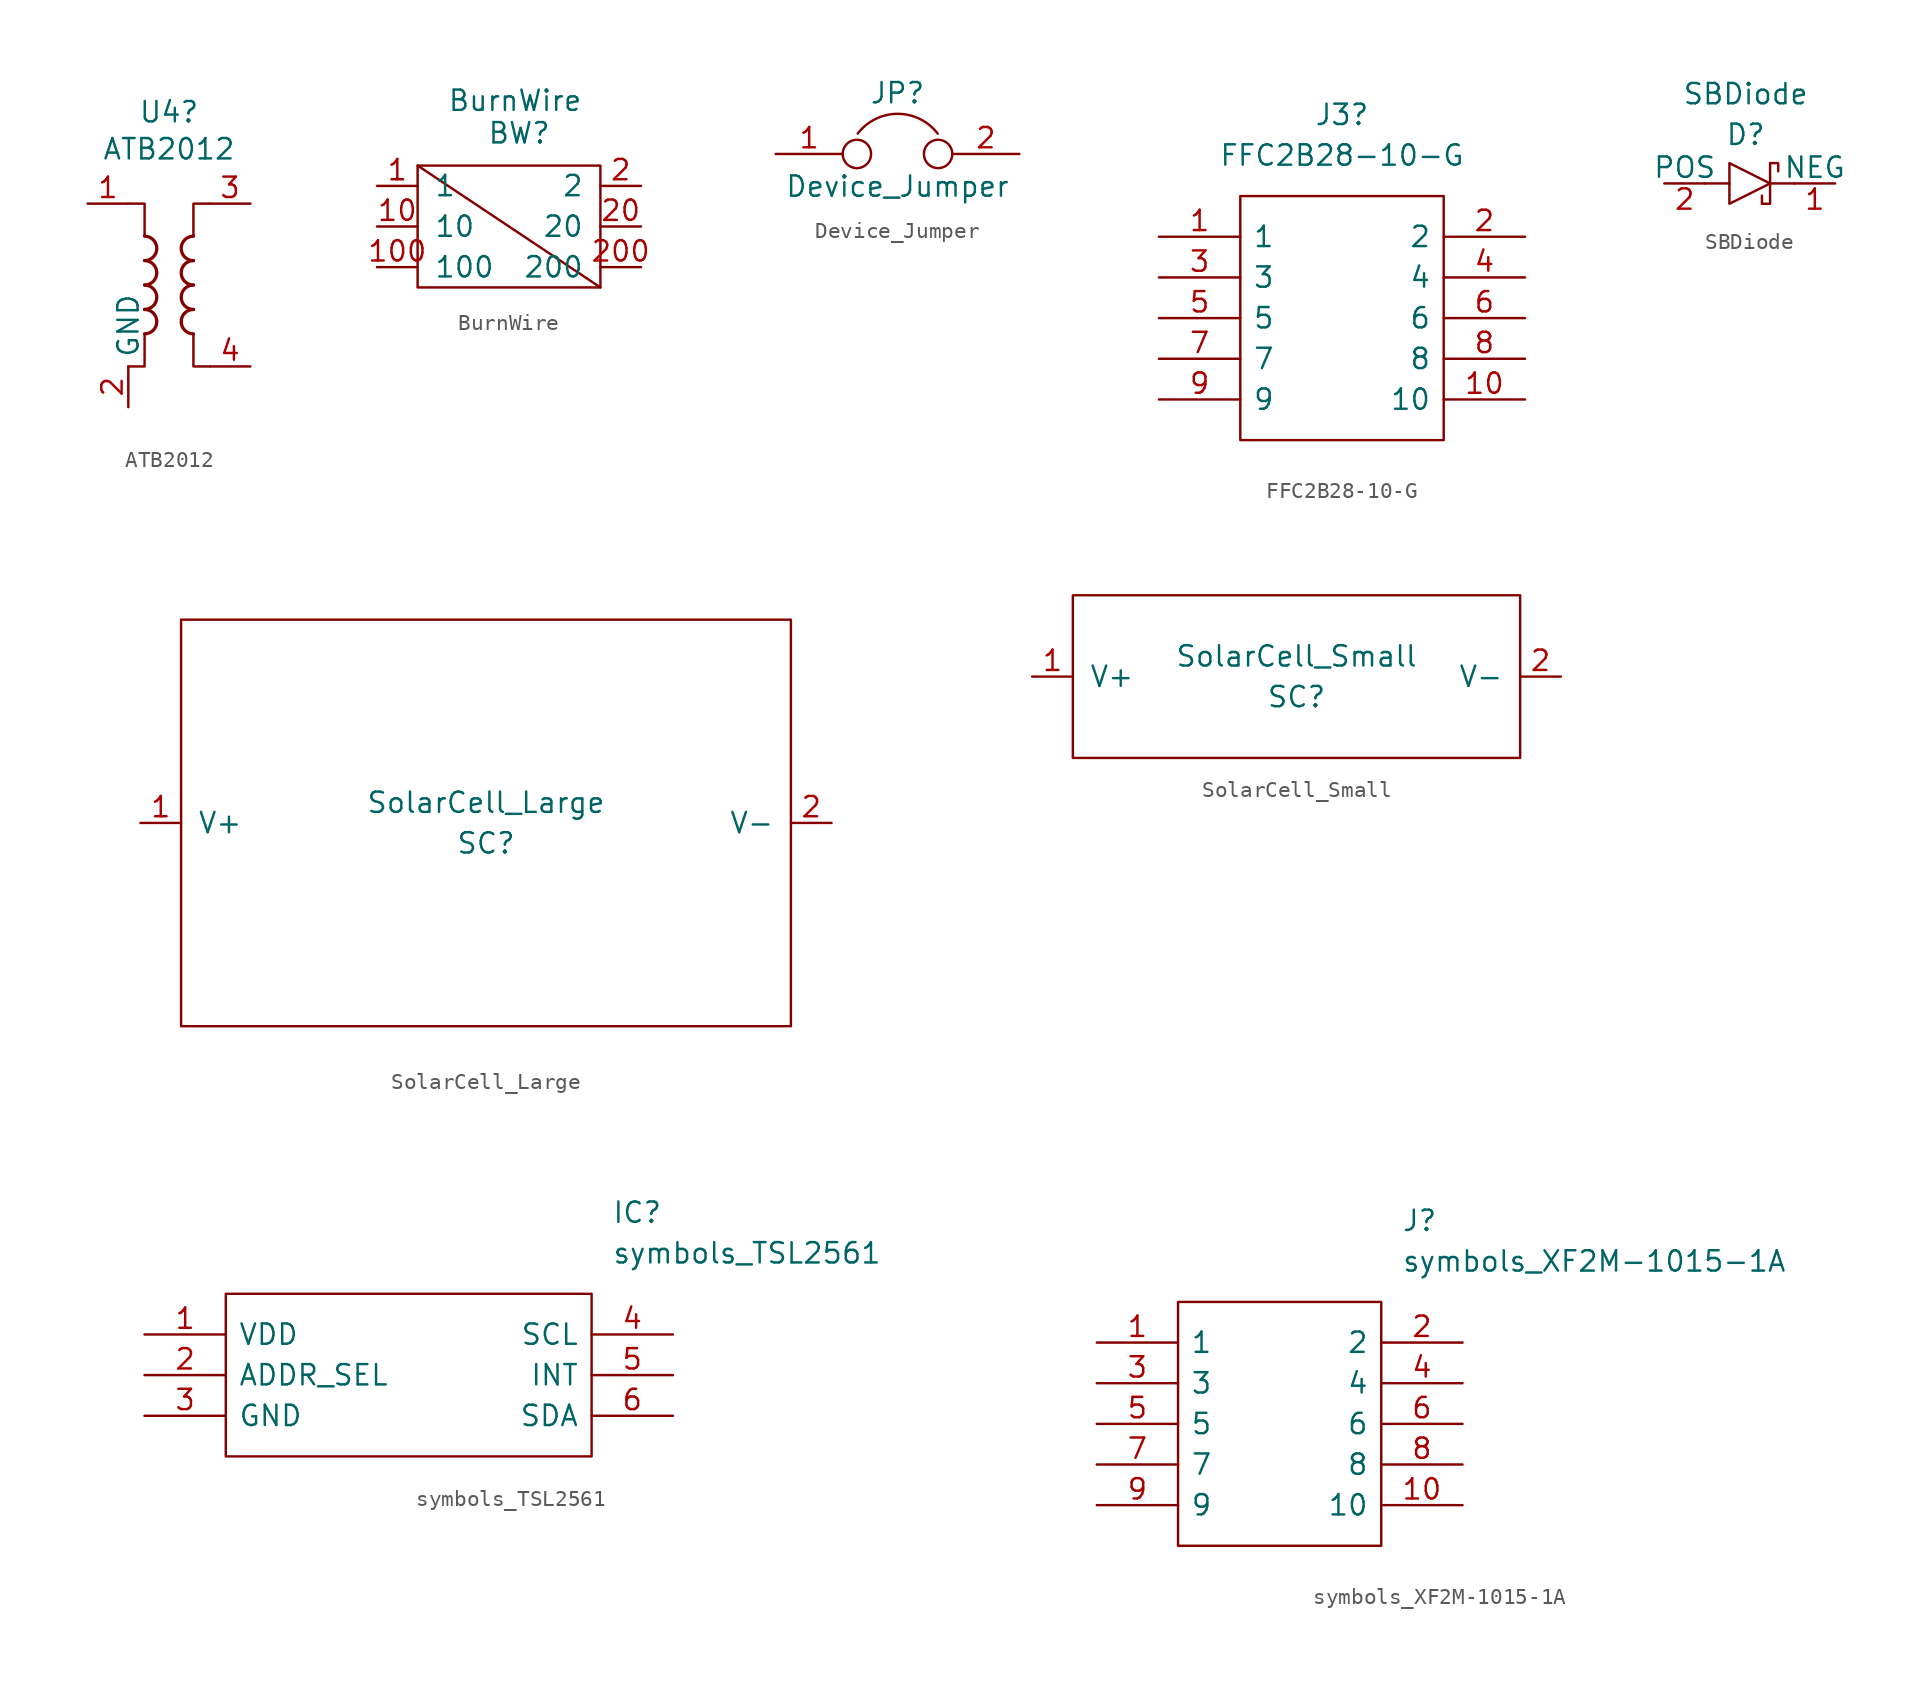
<source format=kicad_sym>
(kicad_symbol_lib
  (version 20211014)
  (generator kicad_symbol_editor)
  (symbol "ATB2012"
    (property "Reference" "U4"
      (at 0 10.795 0)
      (effects (font (size 1.27 1.27))))
    (property "Value" "ATB2012"
      (at 0 8.484 0)
      (effects (font (size 1.27 1.27))))
    (symbol "ATB2012_1_1"
      (arc (start -1.524 -3.048) (mid -0.762 -2.286) (end -1.524 -1.524) (stroke (width 0.2032) (type default) (color 0 0 0 0)) (fill (type none)))
      (arc (start -1.524 -1.524) (mid -0.762 -0.762) (end -1.524 0) (stroke (width 0.2032) (type default) (color 0 0 0 0)) (fill (type none)))
      (arc (start -1.524 0) (mid -0.762 0.762) (end -1.524 1.524) (stroke (width 0.2032) (type default) (color 0 0 0 0)) (fill (type none)))
      (arc (start -1.524 1.524) (mid -0.762 2.286) (end -1.524 3.048) (stroke (width 0.2032) (type default) (color 0 0 0 0)) (fill (type none)))
      (polyline (pts (xy -2.54 5.08) (xy -1.524 5.08) (xy -1.524 3.048)) (stroke (width 0.152) (type default) (color 0 0 0 0)) (fill (type none)))
      (polyline (pts (xy -1.524 -3.048) (xy -1.524 -5.08) (xy -2.54 -5.08)) (stroke (width 0.152) (type default) (color 0 0 0 0)) (fill (type none)))
      (polyline (pts (xy 1.524 3.048) (xy 1.524 5.08) (xy 2.54 5.08)) (stroke (width 0.152) (type default) (color 0 0 0 0)) (fill (type none)))
      (polyline (pts (xy 2.54 -5.08) (xy 1.524 -5.08) (xy 1.524 -3.048)) (stroke (width 0.152) (type default) (color 0 0 0 0)) (fill (type none)))
      (arc (start 1.524 -1.524) (mid 0.762 -2.286) (end 1.524 -3.048) (stroke (width 0.2032) (type default) (color 0 0 0 0)) (fill (type none)))
      (arc (start 1.524 0) (mid 0.762 -0.762) (end 1.524 -1.524) (stroke (width 0.2032) (type default) (color 0 0 0 0)) (fill (type none)))
      (arc (start 1.524 1.524) (mid 0.762 0.762) (end 1.524 0) (stroke (width 0.2032) (type default) (color 0 0 0 0)) (fill (type none)))
      (arc (start 1.524 3.048) (mid 0.762 2.286) (end 1.524 1.524) (stroke (width 0.2032) (type default) (color 0 0 0 0)) (fill (type none)))
      (pin passive line (at -5.08 5.08 0) (length 2.54) (name "~" (effects (font (size 1.27 1.27)))) (number "1" (effects (font (size 1.27 1.27)))))
      (pin power_in line (at -2.54 -7.62 90) (length 2.54) (name "GND" (effects (font (size 1.27 1.27)))) (number "2" (effects (font (size 1.27 1.27)))))
      (pin passive line (at 5.08 5.08 180) (length 2.54) (name "~" (effects (font (size 1.27 1.27)))) (number "3" (effects (font (size 1.27 1.27)))))
      (pin passive line (at 5.08 -5.08 180) (length 2.54) (name "~" (effects (font (size 1.27 1.27)))) (number "4" (effects (font (size 1.27 1.27)))))))
  (symbol "BurnWire"
    (pin_names
      (offset 1.016))
    (property "Reference" "BW"
      (at 0 3.302 0)
      (effects (font (size 1.27 1.27))))
    (property "Value" "BurnWire"
      (at -0.254 5.334 0)
      (effects (font (size 1.27 1.27))))
    (symbol "BurnWire_0_1"
      (rectangle (start -6.35 1.27) (end 5.08 -6.35) (stroke (width 0) (type default) (color 0 0 0 0)) (fill (type none)))
      (polyline (pts (xy -6.35 1.27) (xy 5.08 -6.35)) (stroke (width 0) (type default) (color 0 0 0 0)) (fill (type none))))
    (symbol "BurnWire_1_1"
      (pin bidirectional line (at -8.89 0 0) (length 2.54) (name "1" (effects (font (size 1.27 1.27)))) (number "1" (effects (font (size 1.27 1.27)))))
      (pin bidirectional line (at -8.89 -2.54 0) (length 2.54) (name "10" (effects (font (size 1.27 1.27)))) (number "10" (effects (font (size 1.27 1.27)))))
      (pin bidirectional line (at -8.89 -5.08 0) (length 2.54) (name "100" (effects (font (size 1.27 1.27)))) (number "100" (effects (font (size 1.27 1.27)))))
      (pin bidirectional line (at 7.62 0 180) (length 2.54) (name "2" (effects (font (size 1.27 1.27)))) (number "2" (effects (font (size 1.27 1.27)))))
      (pin bidirectional line (at 7.62 -2.54 180) (length 2.54) (name "20" (effects (font (size 1.27 1.27)))) (number "20" (effects (font (size 1.27 1.27)))))
      (pin bidirectional line (at 7.62 -5.08 180) (length 2.54) (name "200" (effects (font (size 1.27 1.27)))) (number "200" (effects (font (size 1.27 1.27)))))))
  (symbol "Device_Jumper"
    (pin_names
      (offset 0.762) hide)
    (property "Reference" "JP"
      (at 0 3.81 0)
      (effects (font (size 1.27 1.27))))
    (property "Value" "Device_Jumper"
      (at 0 -2.032 0)
      (effects (font (size 1.27 1.27))))
    (symbol "Device_Jumper_0_1"
      (circle (center -2.54 0) (radius 0.889) (stroke (width 0) (type default) (color 0 0 0 0)) (fill (type none)))
      (arc (start 2.5146 1.27) (mid 0.0127 2.5097) (end -2.4892 1.27) (stroke (width 0) (type default) (color 0 0 0 0)) (fill (type none)))
      (circle (center 2.54 0) (radius 0.889) (stroke (width 0) (type default) (color 0 0 0 0)) (fill (type none)))
      (pin passive line (at -7.62 0 0) (length 4.191) (name "1" (effects (font (size 1.27 1.27)))) (number "1" (effects (font (size 1.27 1.27)))))
      (pin passive line (at 7.62 0 180) (length 4.191) (name "2" (effects (font (size 1.27 1.27)))) (number "2" (effects (font (size 1.27 1.27)))))))
  (symbol "FFC2B28-10-G"
    (pin_names
      (offset 0.762))
    (property "Reference" "J3"
      (at 11.43 7.62 0)
      (effects (font (size 1.27 1.27))))
    (property "Value" "FFC2B28-10-G"
      (at 11.43 5.08 0)
      (effects (font (size 1.27 1.27))))
    (symbol "FFC2B28-10-G_0_0"
      (pin bidirectional line (at 0 0 0) (length 5.08) (name "1" (effects (font (size 1.27 1.27)))) (number "1" (effects (font (size 1.27 1.27)))))
      (pin bidirectional line (at 22.86 -10.16 180) (length 5.08) (name "10" (effects (font (size 1.27 1.27)))) (number "10" (effects (font (size 1.27 1.27)))))
      (pin bidirectional line (at 22.86 0 180) (length 5.08) (name "2" (effects (font (size 1.27 1.27)))) (number "2" (effects (font (size 1.27 1.27)))))
      (pin bidirectional line (at 0 -2.54 0) (length 5.08) (name "3" (effects (font (size 1.27 1.27)))) (number "3" (effects (font (size 1.27 1.27)))))
      (pin bidirectional line (at 22.86 -2.54 180) (length 5.08) (name "4" (effects (font (size 1.27 1.27)))) (number "4" (effects (font (size 1.27 1.27)))))
      (pin bidirectional line (at 0 -5.08 0) (length 5.08) (name "5" (effects (font (size 1.27 1.27)))) (number "5" (effects (font (size 1.27 1.27)))))
      (pin bidirectional line (at 22.86 -5.08 180) (length 5.08) (name "6" (effects (font (size 1.27 1.27)))) (number "6" (effects (font (size 1.27 1.27)))))
      (pin bidirectional line (at 0 -7.62 0) (length 5.08) (name "7" (effects (font (size 1.27 1.27)))) (number "7" (effects (font (size 1.27 1.27)))))
      (pin bidirectional line (at 22.86 -7.62 180) (length 5.08) (name "8" (effects (font (size 1.27 1.27)))) (number "8" (effects (font (size 1.27 1.27)))))
      (pin bidirectional line (at 0 -10.16 0) (length 5.08) (name "9" (effects (font (size 1.27 1.27)))) (number "9" (effects (font (size 1.27 1.27))))))
    (symbol "FFC2B28-10-G_0_1"
      (polyline (pts (xy 5.08 2.54) (xy 17.78 2.54) (xy 17.78 -12.7) (xy 5.08 -12.7) (xy 5.08 2.54)) (stroke (width 0.152) (type default) (color 0 0 0 0)) (fill (type none)))))
  (symbol "SBDiode"
    (pin_names
      (offset 0))
    (property "Reference" "D"
      (at -1.524 3.048 0)
      (effects (font (size 1.27 1.27))))
    (property "Value" "SBDiode"
      (at -1.524 5.588 0)
      (effects (font (size 1.27 1.27))))
    (symbol "SBDiode_0_1"
      (polyline (pts (xy -4.064 0) (xy -2.54 0)) (stroke (width 0) (type default) (color 0 0 0 0)) (fill (type none)))
      (polyline (pts (xy 0 0) (xy 1.524 0)) (stroke (width 0) (type default) (color 0 0 0 0)) (fill (type none)))
      (polyline (pts (xy -2.54 1.27) (xy -2.54 -1.27) (xy 0 0) (xy -2.54 1.27)) (stroke (width 0) (type default) (color 0 0 0 0)) (fill (type none)))
      (polyline (pts (xy 0 0) (xy 0 -1.27) (xy -0.508 -1.27) (xy -0.508 -0.762)) (stroke (width 0) (type default) (color 0 0 0 0)) (fill (type none)))
      (polyline (pts (xy 0 0) (xy 0 1.27) (xy 0.508 1.27) (xy 0.508 0.762)) (stroke (width 0) (type default) (color 0 0 0 0)) (fill (type none))))
    (symbol "SBDiode_1_1"
      (pin bidirectional line (at 4.064 0 180) (length 2.54) (name "NEG" (effects (font (size 1.27 1.27)))) (number "1" (effects (font (size 1.27 1.27)))))
      (pin bidirectional line (at -6.604 0 0) (length 2.54) (name "POS" (effects (font (size 1.27 1.27)))) (number "2" (effects (font (size 1.27 1.27)))))))
  (symbol "SolarCell_Large"
    (pin_names
      (offset 1.016))
    (property "Reference" "SC"
      (at 0 -1.27 0)
      (effects (font (size 1.27 1.27))))
    (property "Value" "SolarCell_Large"
      (at 0 1.27 0)
      (effects (font (size 1.27 1.27))))
    (symbol "SolarCell_Large_0_1"
      (rectangle (start -19.05 12.7) (end 19.05 -12.7) (stroke (width 0) (type default) (color 0 0 0 0)) (fill (type none))))
    (symbol "SolarCell_Large_1_1"
      (pin bidirectional line (at -21.59 0 0) (length 2.54) (name "V+" (effects (font (size 1.27 1.27)))) (number "1" (effects (font (size 1.27 1.27)))))
      (pin bidirectional line (at 21.59 0 180) (length 2.54) (name "V-" (effects (font (size 1.27 1.27)))) (number "2" (effects (font (size 1.27 1.27)))))))
  (symbol "SolarCell_Small"
    (pin_names
      (offset 1.016))
    (property "Reference" "SC"
      (at 0 -1.27 0)
      (effects (font (size 1.27 1.27))))
    (property "Value" "SolarCell_Small"
      (at 0 1.27 0)
      (effects (font (size 1.27 1.27))))
    (symbol "SolarCell_Small_0_1"
      (rectangle (start -13.97 -5.08) (end 13.97 5.08) (stroke (width 0) (type default) (color 0 0 0 0)) (fill (type none))))
    (symbol "SolarCell_Small_1_1"
      (pin bidirectional line (at -16.51 0 0) (length 2.54) (name "V+" (effects (font (size 1.27 1.27)))) (number "1" (effects (font (size 1.27 1.27)))))
      (pin bidirectional line (at 16.51 0 180) (length 2.54) (name "V-" (effects (font (size 1.27 1.27)))) (number "2" (effects (font (size 1.27 1.27)))))))
  (symbol "symbols_TSL2561"
    (pin_names
      (offset 0.762))
    (property "Reference" "IC"
      (at 29.21 7.62 0)
      (effects (font (size 1.27 1.27)) (justify left)))
    (property "Value" "symbols_TSL2561"
      (at 29.21 5.08 0)
      (effects (font (size 1.27 1.27)) (justify left)))
    (symbol "symbols_TSL2561_0_0"
      (pin unspecified line (at 0 0 0) (length 5.08) (name "VDD" (effects (font (size 1.27 1.27)))) (number "1" (effects (font (size 1.27 1.27)))))
      (pin unspecified line (at 0 -2.54 0) (length 5.08) (name "ADDR_SEL" (effects (font (size 1.27 1.27)))) (number "2" (effects (font (size 1.27 1.27)))))
      (pin unspecified line (at 0 -5.08 0) (length 5.08) (name "GND" (effects (font (size 1.27 1.27)))) (number "3" (effects (font (size 1.27 1.27)))))
      (pin unspecified line (at 33.02 0 180) (length 5.08) (name "SCL" (effects (font (size 1.27 1.27)))) (number "4" (effects (font (size 1.27 1.27)))))
      (pin unspecified line (at 33.02 -2.54 180) (length 5.08) (name "INT" (effects (font (size 1.27 1.27)))) (number "5" (effects (font (size 1.27 1.27)))))
      (pin unspecified line (at 33.02 -5.08 180) (length 5.08) (name "SDA" (effects (font (size 1.27 1.27)))) (number "6" (effects (font (size 1.27 1.27))))))
    (symbol "symbols_TSL2561_0_1"
      (polyline (pts (xy 5.08 2.54) (xy 27.94 2.54) (xy 27.94 -7.62) (xy 5.08 -7.62) (xy 5.08 2.54)) (stroke (width 0.152) (type default) (color 0 0 0 0)) (fill (type none)))))
  (symbol "symbols_XF2M-1015-1A"
    (pin_names
      (offset 0.762))
    (property "Reference" "J"
      (at 19.05 7.62 0)
      (effects (font (size 1.27 1.27)) (justify left)))
    (property "Value" "symbols_XF2M-1015-1A"
      (at 19.05 5.08 0)
      (effects (font (size 1.27 1.27)) (justify left)))
    (symbol "symbols_XF2M-1015-1A_0_0"
      (pin bidirectional line (at 0 0 0) (length 5.08) (name "1" (effects (font (size 1.27 1.27)))) (number "1" (effects (font (size 1.27 1.27)))))
      (pin bidirectional line (at 22.86 -10.16 180) (length 5.08) (name "10" (effects (font (size 1.27 1.27)))) (number "10" (effects (font (size 1.27 1.27)))))
      (pin bidirectional line (at 22.86 0 180) (length 5.08) (name "2" (effects (font (size 1.27 1.27)))) (number "2" (effects (font (size 1.27 1.27)))))
      (pin bidirectional line (at 0 -2.54 0) (length 5.08) (name "3" (effects (font (size 1.27 1.27)))) (number "3" (effects (font (size 1.27 1.27)))))
      (pin bidirectional line (at 22.86 -2.54 180) (length 5.08) (name "4" (effects (font (size 1.27 1.27)))) (number "4" (effects (font (size 1.27 1.27)))))
      (pin bidirectional line (at 0 -5.08 0) (length 5.08) (name "5" (effects (font (size 1.27 1.27)))) (number "5" (effects (font (size 1.27 1.27)))))
      (pin bidirectional line (at 22.86 -5.08 180) (length 5.08) (name "6" (effects (font (size 1.27 1.27)))) (number "6" (effects (font (size 1.27 1.27)))))
      (pin bidirectional line (at 0 -7.62 0) (length 5.08) (name "7" (effects (font (size 1.27 1.27)))) (number "7" (effects (font (size 1.27 1.27)))))
      (pin bidirectional line (at 22.86 -7.62 180) (length 5.08) (name "8" (effects (font (size 1.27 1.27)))) (number "8" (effects (font (size 1.27 1.27)))))
      (pin bidirectional line (at 0 -10.16 0) (length 5.08) (name "9" (effects (font (size 1.27 1.27)))) (number "9" (effects (font (size 1.27 1.27))))))
    (symbol "symbols_XF2M-1015-1A_0_1"
      (polyline (pts (xy 5.08 2.54) (xy 17.78 2.54) (xy 17.78 -12.7) (xy 5.08 -12.7) (xy 5.08 2.54)) (stroke (width 0.152) (type default) (color 0 0 0 0)) (fill (type none))))))
</source>
